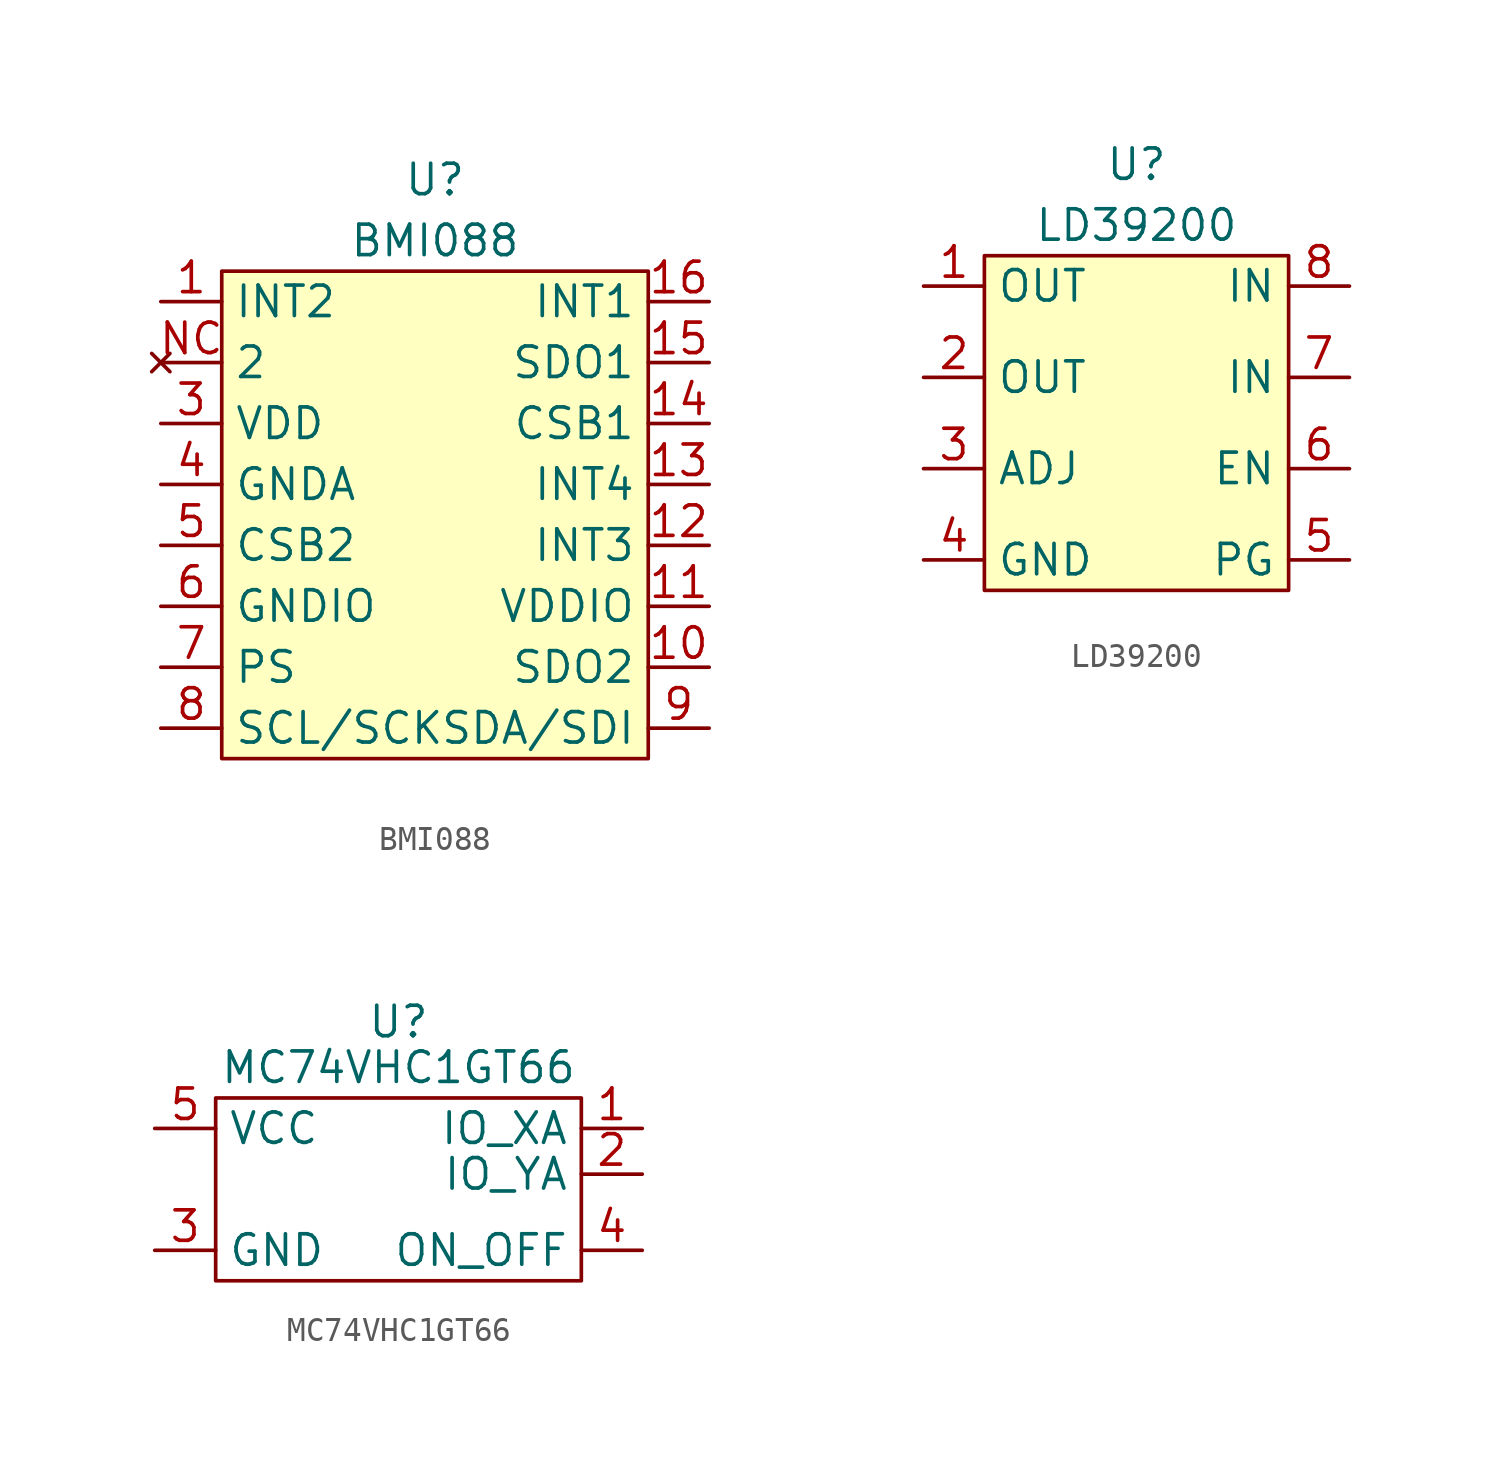
<source format=kicad_sym>
(kicad_symbol_lib
  (version 20220914)
  (generator kicad_symbol_editor)
  (symbol "BMI088"
    (property "Reference" "U"
      (at 0 13.97 0)
      (effects (font (size 1.27 1.27))))
    (property "Value" "BMI088"
      (at 0 11.43 0)
      (effects (font (size 1.27 1.27))))
    (symbol "BMI088_1_1"
      (rectangle (start -8.89 10.16) (end 8.89 -10.16) (stroke (width 0) (type default)) (fill (type background)))
      (pin bidirectional line (at -11.43 8.89 0) (length 2.54) (name "INT2" (effects (font (size 1.27 1.27)))) (number "1" (effects (font (size 1.27 1.27)))))
      (pin output line (at 11.43 -6.35 180) (length 2.54) (name "SDO2" (effects (font (size 1.27 1.27)))) (number "10" (effects (font (size 1.27 1.27)))))
      (pin power_in line (at 11.43 -3.81 180) (length 2.54) (name "VDDIO" (effects (font (size 1.27 1.27)))) (number "11" (effects (font (size 1.27 1.27)))))
      (pin bidirectional line (at 11.43 -1.27 180) (length 2.54) (name "INT3" (effects (font (size 1.27 1.27)))) (number "12" (effects (font (size 1.27 1.27)))))
      (pin bidirectional line (at 11.43 1.27 180) (length 2.54) (name "INT4" (effects (font (size 1.27 1.27)))) (number "13" (effects (font (size 1.27 1.27)))))
      (pin input line (at 11.43 3.81 180) (length 2.54) (name "CSB1" (effects (font (size 1.27 1.27)))) (number "14" (effects (font (size 1.27 1.27)))))
      (pin output line (at 11.43 6.35 180) (length 2.54) (name "SDO1" (effects (font (size 1.27 1.27)))) (number "15" (effects (font (size 1.27 1.27)))))
      (pin bidirectional line (at 11.43 8.89 180) (length 2.54) (name "INT1" (effects (font (size 1.27 1.27)))) (number "16" (effects (font (size 1.27 1.27)))))
      (pin power_in line (at -11.43 3.81 0) (length 2.54) (name "VDD" (effects (font (size 1.27 1.27)))) (number "3" (effects (font (size 1.27 1.27)))))
      (pin power_in line (at -11.43 1.27 0) (length 2.54) (name "GNDA" (effects (font (size 1.27 1.27)))) (number "4" (effects (font (size 1.27 1.27)))))
      (pin input line (at -11.43 -1.27 0) (length 2.54) (name "CSB2" (effects (font (size 1.27 1.27)))) (number "5" (effects (font (size 1.27 1.27)))))
      (pin power_in line (at -11.43 -3.81 0) (length 2.54) (name "GNDIO" (effects (font (size 1.27 1.27)))) (number "6" (effects (font (size 1.27 1.27)))))
      (pin input line (at -11.43 -6.35 0) (length 2.54) (name "PS" (effects (font (size 1.27 1.27)))) (number "7" (effects (font (size 1.27 1.27)))))
      (pin input line (at -11.43 -8.89 0) (length 2.54) (name "SCL/SCK" (effects (font (size 1.27 1.27)))) (number "8" (effects (font (size 1.27 1.27)))))
      (pin bidirectional line (at 11.43 -8.89 180) (length 2.54) (name "SDA/SDI" (effects (font (size 1.27 1.27)))) (number "9" (effects (font (size 1.27 1.27)))))
      (pin no_connect line (at -11.43 6.35 0) (length 2.54) (name "2" (effects (font (size 1.27 1.27)))) (number "NC" (effects (font (size 1.27 1.27)))))))
  (symbol "LD39200"
    (property "Reference" "U"
      (at 0 5.08 0)
      (effects (font (size 1.27 1.27))))
    (property "Value" "LD39200"
      (at 0 2.54 0)
      (effects (font (size 1.27 1.27))))
    (symbol "LD39200_1_1"
      (rectangle (start -6.35 1.27) (end 6.35 -12.7) (stroke (width 0) (type default)) (fill (type background)))
      (pin power_out line (at -8.89 0 0) (length 2.54) (name "OUT" (effects (font (size 1.27 1.27)))) (number "1" (effects (font (size 1.27 1.27)))))
      (pin power_out line (at -8.89 -3.81 0) (length 2.54) (name "OUT" (effects (font (size 1.27 1.27)))) (number "2" (effects (font (size 1.27 1.27)))))
      (pin input line (at -8.89 -7.62 0) (length 2.54) (name "ADJ" (effects (font (size 1.27 1.27)))) (number "3" (effects (font (size 1.27 1.27)))))
      (pin power_in line (at -8.89 -11.43 0) (length 2.54) (name "GND" (effects (font (size 1.27 1.27)))) (number "4" (effects (font (size 1.27 1.27)))))
      (pin output line (at 8.89 -11.43 180) (length 2.54) (name "PG" (effects (font (size 1.27 1.27)))) (number "5" (effects (font (size 1.27 1.27)))))
      (pin input line (at 8.89 -7.62 180) (length 2.54) (name "EN" (effects (font (size 1.27 1.27)))) (number "6" (effects (font (size 1.27 1.27)))))
      (pin power_in line (at 8.89 -3.81 180) (length 2.54) (name "IN" (effects (font (size 1.27 1.27)))) (number "7" (effects (font (size 1.27 1.27)))))
      (pin power_in line (at 8.89 0 180) (length 2.54) (name "IN" (effects (font (size 1.27 1.27)))) (number "8" (effects (font (size 1.27 1.27)))))))
  (symbol "MC74VHC1GT66"
    (property "Reference" "U"
      (at 0 6.35 0)
      (effects (font (size 1.27 1.27))))
    (property "Value" "MC74VHC1GT66"
      (at 0 4.445 0)
      (effects (font (size 1.27 1.27))))
    (symbol "MC74VHC1GT66_0_1"
      (rectangle (start -7.62 3.175) (end 7.62 -4.445) (stroke (width 0) (type default)) (fill (type none))))
    (symbol "MC74VHC1GT66_1_1"
      (pin input line (at 10.16 1.905 180) (length 2.54) (name "IO_XA" (effects (font (size 1.27 1.27)))) (number "1" (effects (font (size 1.27 1.27)))))
      (pin input line (at 10.16 0 180) (length 2.54) (name "IO_YA" (effects (font (size 1.27 1.27)))) (number "2" (effects (font (size 1.27 1.27)))))
      (pin power_in line (at -10.16 -3.175 0) (length 2.54) (name "GND" (effects (font (size 1.27 1.27)))) (number "3" (effects (font (size 1.27 1.27)))))
      (pin output line (at 10.16 -3.175 180) (length 2.54) (name "ON_OFF" (effects (font (size 1.27 1.27)))) (number "4" (effects (font (size 1.27 1.27)))))
      (pin power_in line (at -10.16 1.905 0) (length 2.54) (name "VCC" (effects (font (size 1.27 1.27)))) (number "5" (effects (font (size 1.27 1.27))))))))
</source>
